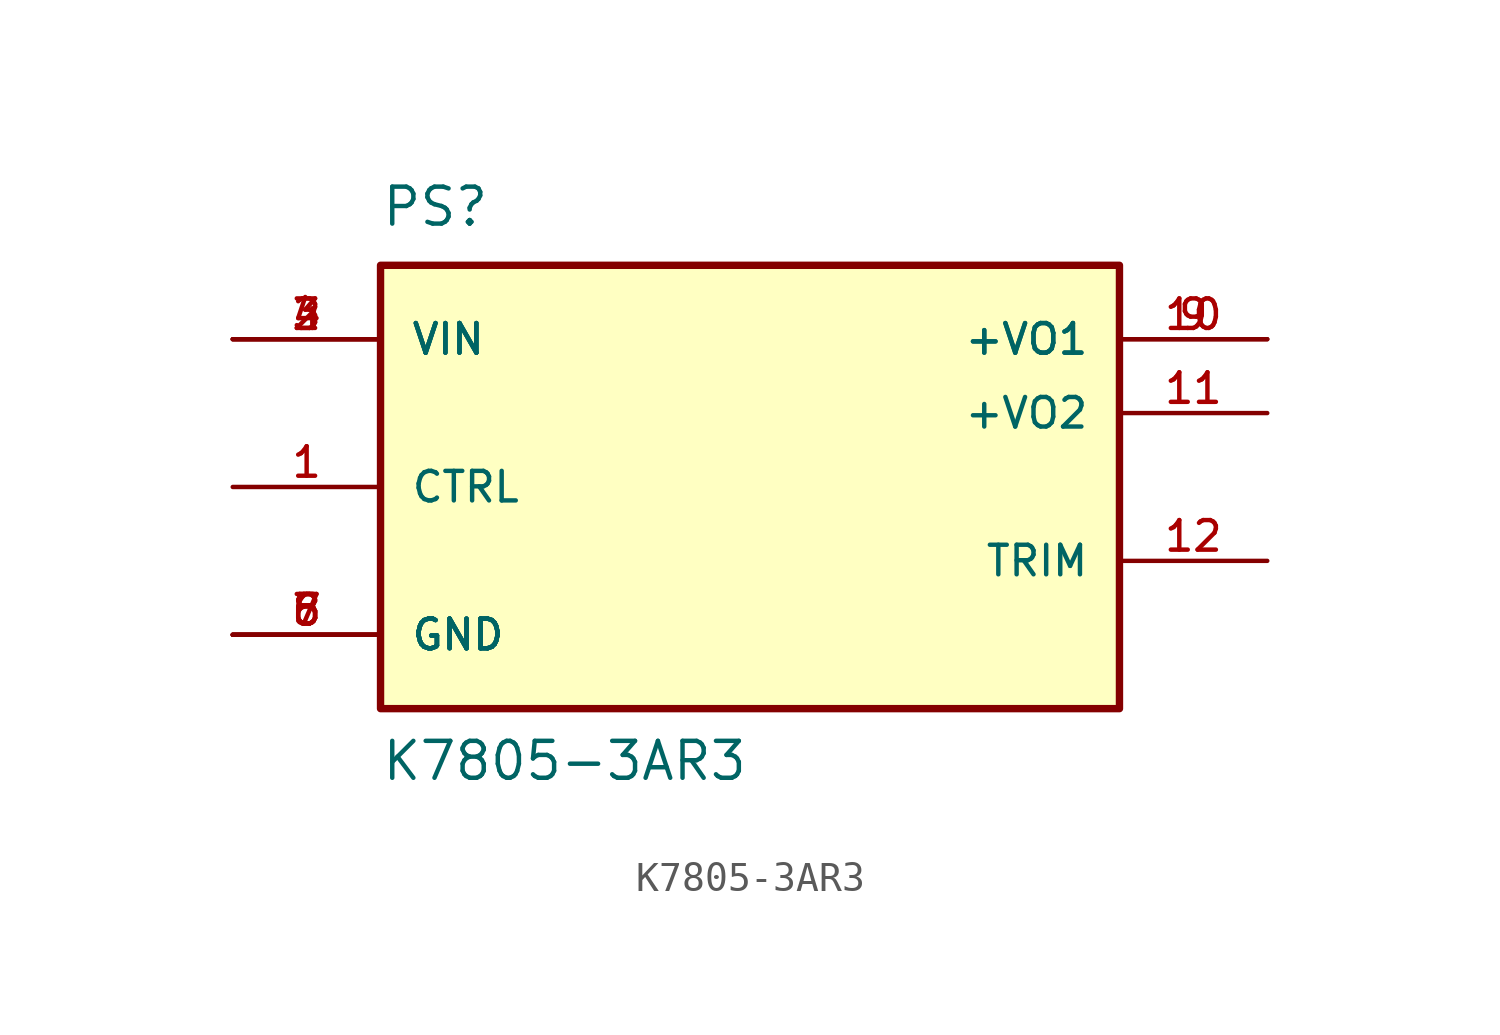
<source format=kicad_sym>
(kicad_symbol_lib
  (version 20211014)
  (generator kicad_symbol_editor)
  (symbol "K7805-3AR3"
    (pin_names
      (offset 1.016))
    (property "Reference" "PS"
      (at -12.7 8.89 0)
      (effects (font (size 1.27 1.27)) (justify bottom left)))
    (property "Value" "K7805-3AR3"
      (at -12.7 -10.16 0)
      (effects (font (size 1.27 1.27)) (justify bottom left)))
    (symbol "K7805-3AR3_0_0"
      (rectangle (start -12.7 -7.62) (end 12.7 7.62) (stroke (width 0.254)) (fill (type background)))
      (pin input line (at -17.78 5.08 0) (length 5.08) (name "VIN" (effects (font (size 1.016 1.016)))) (number "2" (effects (font (size 1.016 1.016)))))
      (pin input line (at -17.78 5.08 0) (length 5.08) (name "VIN" (effects (font (size 1.016 1.016)))) (number "3" (effects (font (size 1.016 1.016)))))
      (pin input line (at -17.78 5.08 0) (length 5.08) (name "VIN" (effects (font (size 1.016 1.016)))) (number "4" (effects (font (size 1.016 1.016)))))
      (pin output line (at 17.78 5.08 180.0) (length 5.08) (name "+VO1" (effects (font (size 1.016 1.016)))) (number "9" (effects (font (size 1.016 1.016)))))
      (pin output line (at 17.78 5.08 180.0) (length 5.08) (name "+VO1" (effects (font (size 1.016 1.016)))) (number "10" (effects (font (size 1.016 1.016)))))
      (pin power_in line (at -17.78 -5.08 0) (length 5.08) (name "GND" (effects (font (size 1.016 1.016)))) (number "5" (effects (font (size 1.016 1.016)))))
      (pin power_in line (at -17.78 -5.08 0) (length 5.08) (name "GND" (effects (font (size 1.016 1.016)))) (number "6" (effects (font (size 1.016 1.016)))))
      (pin power_in line (at -17.78 -5.08 0) (length 5.08) (name "GND" (effects (font (size 1.016 1.016)))) (number "7" (effects (font (size 1.016 1.016)))))
      (pin power_in line (at -17.78 -5.08 0) (length 5.08) (name "GND" (effects (font (size 1.016 1.016)))) (number "8" (effects (font (size 1.016 1.016)))))
      (pin output line (at 17.78 2.54 180.0) (length 5.08) (name "+VO2" (effects (font (size 1.016 1.016)))) (number "11" (effects (font (size 1.016 1.016)))))
      (pin passive line (at 17.78 -2.54 180.0) (length 5.08) (name "TRIM" (effects (font (size 1.016 1.016)))) (number "12" (effects (font (size 1.016 1.016)))))
      (pin input line (at -17.78 0.0 0) (length 5.08) (name "CTRL" (effects (font (size 1.016 1.016)))) (number "1" (effects (font (size 1.016 1.016))))))))
</source>
